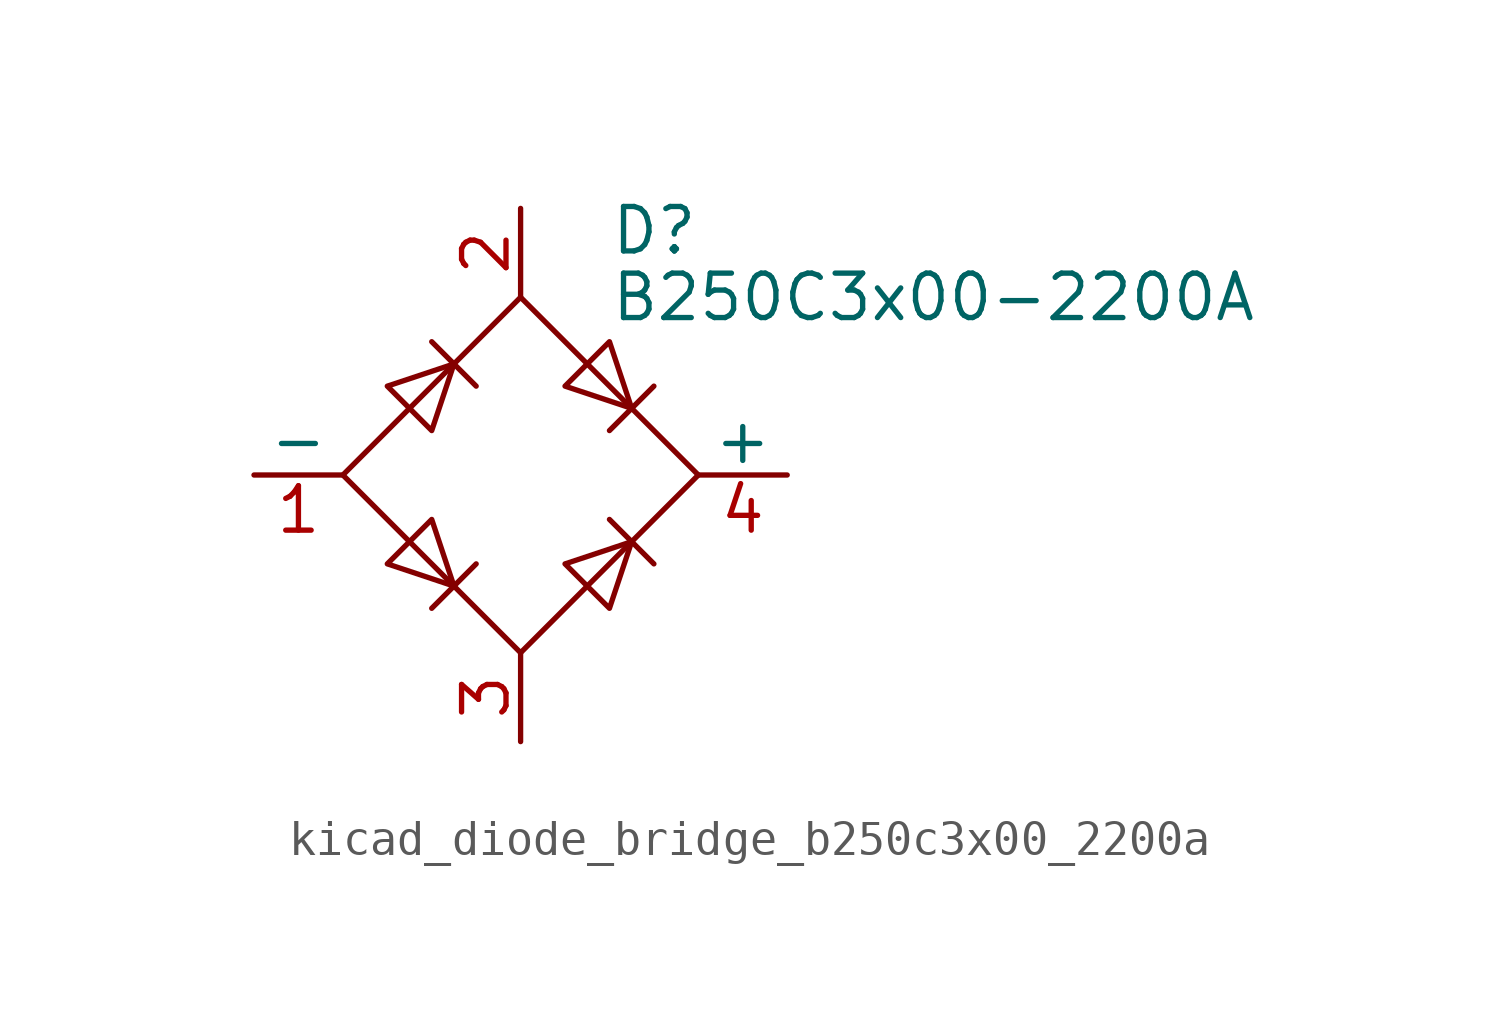
<source format=kicad_sym>
(kicad_symbol_lib
  (version 20220914)
  (generator kicad_symbol_editor)
  (symbol "kicad_diode_bridge_b250c3x00_2200a"
    (pin_names
      (offset 0))
    (property "Reference" "D"
      (at 2.54 6.985 0)
      (effects (font (size 1.27 1.27)) (justify left)))
    (property "Value" "B250C3x00-2200A"
      (at 2.54 5.08 0)
      (effects (font (size 1.27 1.27)) (justify left)))
    (symbol "kicad_diode_bridge_b250c3x00_2200a_0_1"
      (polyline (pts (xy -2.54 3.81) (xy -1.27 2.54)) (stroke (width 0) (type default)) (fill (type none)))
      (polyline (pts (xy -1.27 -2.54) (xy -2.54 -3.81)) (stroke (width 0) (type default)) (fill (type none)))
      (polyline (pts (xy 2.54 -1.27) (xy 3.81 -2.54)) (stroke (width 0) (type default)) (fill (type none)))
      (polyline (pts (xy 2.54 1.27) (xy 3.81 2.54)) (stroke (width 0) (type default)) (fill (type none)))
      (polyline (pts (xy -3.81 2.54) (xy -2.54 1.27) (xy -1.905 3.175) (xy -3.81 2.54)) (stroke (width 0) (type default)) (fill (type none)))
      (polyline (pts (xy -2.54 -1.27) (xy -3.81 -2.54) (xy -1.905 -3.175) (xy -2.54 -1.27)) (stroke (width 0) (type default)) (fill (type none)))
      (polyline (pts (xy 1.27 2.54) (xy 2.54 3.81) (xy 3.175 1.905) (xy 1.27 2.54)) (stroke (width 0) (type default)) (fill (type none)))
      (polyline (pts (xy 3.175 -1.905) (xy 1.27 -2.54) (xy 2.54 -3.81) (xy 3.175 -1.905)) (stroke (width 0) (type default)) (fill (type none)))
      (polyline (pts (xy -5.08 0) (xy 0 -5.08) (xy 5.08 0) (xy 0 5.08) (xy -5.08 0)) (stroke (width 0) (type default)) (fill (type none))))
    (symbol "kicad_diode_bridge_b250c3x00_2200a_1_1"
      (pin passive line (at -7.62 0 0) (length 2.54) (name "-" (effects (font (size 1.27 1.27)))) (number "1" (effects (font (size 1.27 1.27)))))
      (pin passive line (at 0 7.62 270) (length 2.54) (name "~" (effects (font (size 1.27 1.27)))) (number "2" (effects (font (size 1.27 1.27)))))
      (pin passive line (at 0 -7.62 90) (length 2.54) (name "~" (effects (font (size 1.27 1.27)))) (number "3" (effects (font (size 1.27 1.27)))))
      (pin passive line (at 7.62 0 180) (length 2.54) (name "+" (effects (font (size 1.27 1.27)))) (number "4" (effects (font (size 1.27 1.27))))))))
</source>
